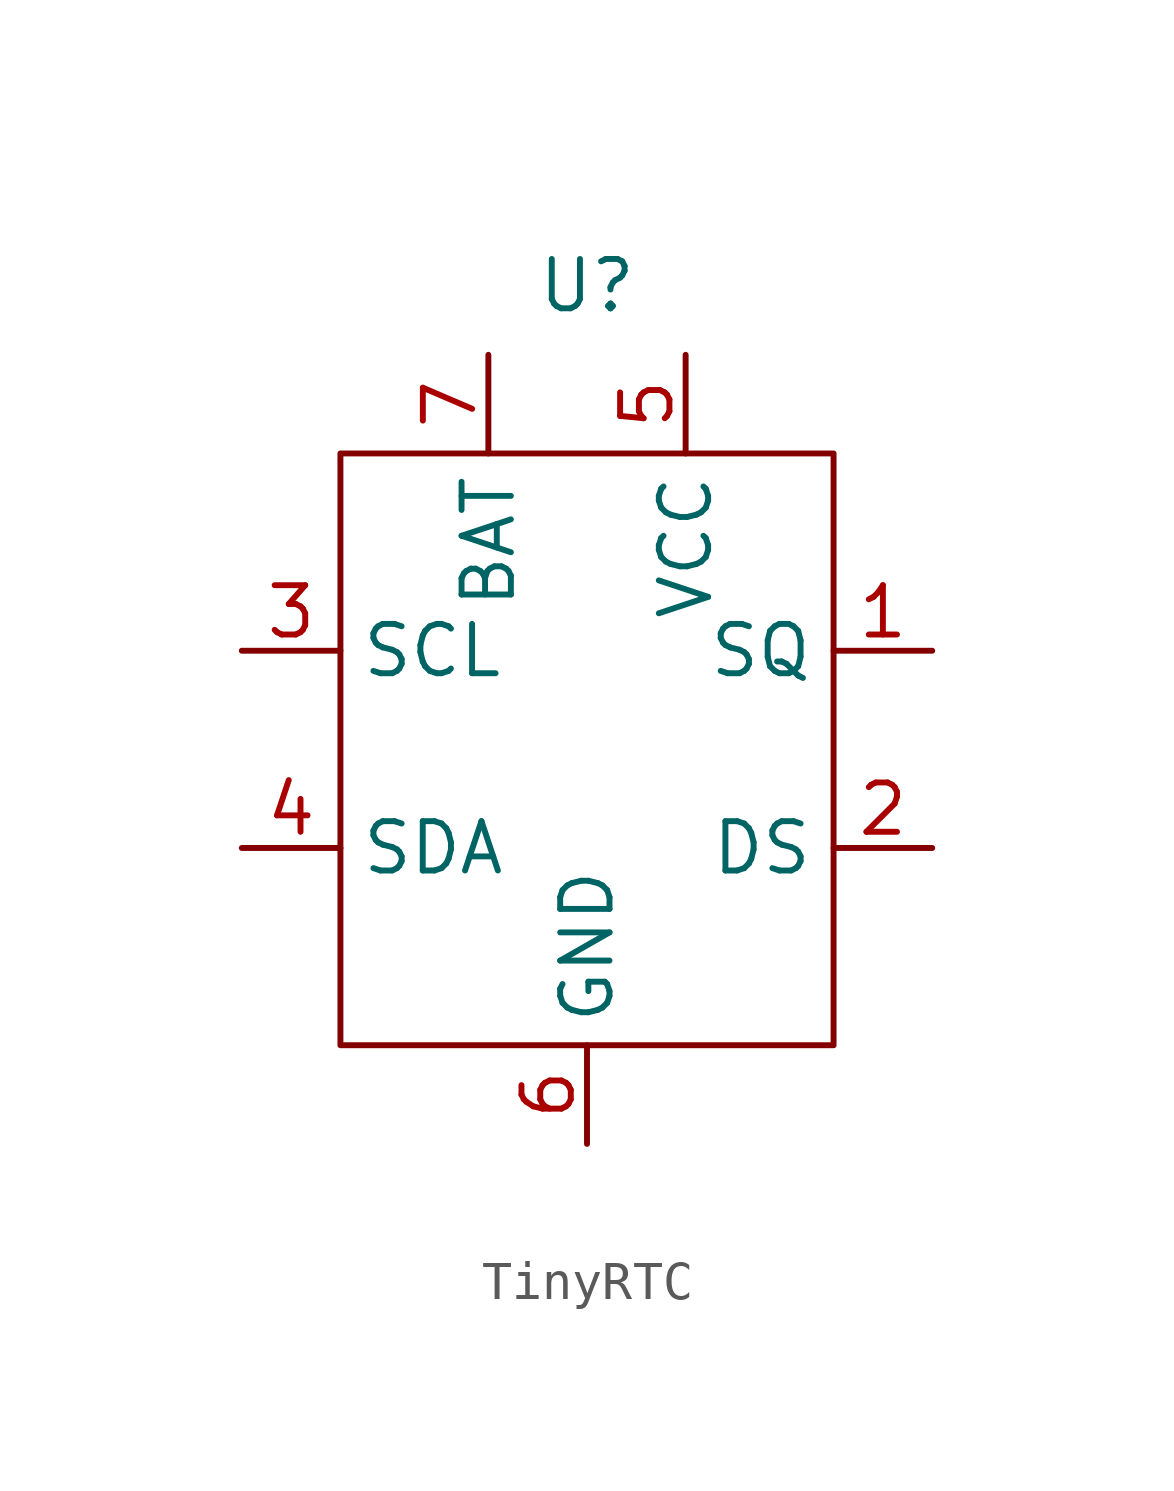
<source format=kicad_sym>
(kicad_symbol_lib
  (version 20231120)
  (generator "kicad_symbol_editor")
  (generator_version "8.0")
  (symbol "TinyRTC"
    (property "Reference" "U"
      (at 0 4.318 0)
      (effects (font (size 1.27 1.27))))
    (property "Value" ""
      (at 0 4.572 0)
      (effects (font (size 1.27 1.27))))
    (symbol "TinyRTC_0_1"
      (rectangle (start -6.35 0) (end 6.35 -15.24) (stroke (width 0) (type default)) (fill (type none))))
    (symbol "TinyRTC_1_1"
      (pin open_collector line (at 8.89 -5.08 180) (length 2.54) (name "SQ" (effects (font (size 1.27 1.27)))) (number "1" (effects (font (size 1.27 1.27)))))
      (pin output line (at 8.89 -10.16 180) (length 2.54) (name "DS" (effects (font (size 1.27 1.27)))) (number "2" (effects (font (size 1.27 1.27)))))
      (pin open_collector line (at -8.89 -5.08 0) (length 2.54) (name "SCL" (effects (font (size 1.27 1.27)))) (number "3" (effects (font (size 1.27 1.27)))))
      (pin open_collector line (at -8.89 -10.16 0) (length 2.54) (name "SDA" (effects (font (size 1.27 1.27)))) (number "4" (effects (font (size 1.27 1.27)))))
      (pin power_in line (at 2.54 2.54 270) (length 2.54) (name "VCC" (effects (font (size 1.27 1.27)))) (number "5" (effects (font (size 1.27 1.27)))))
      (pin power_in line (at 0 -17.78 90) (length 2.54) (name "GND" (effects (font (size 1.27 1.27)))) (number "6" (effects (font (size 1.27 1.27)))))
      (pin power_in line (at -2.54 2.54 270) (length 2.54) (name "BAT" (effects (font (size 1.27 1.27)))) (number "7" (effects (font (size 1.27 1.27))))))))
</source>
